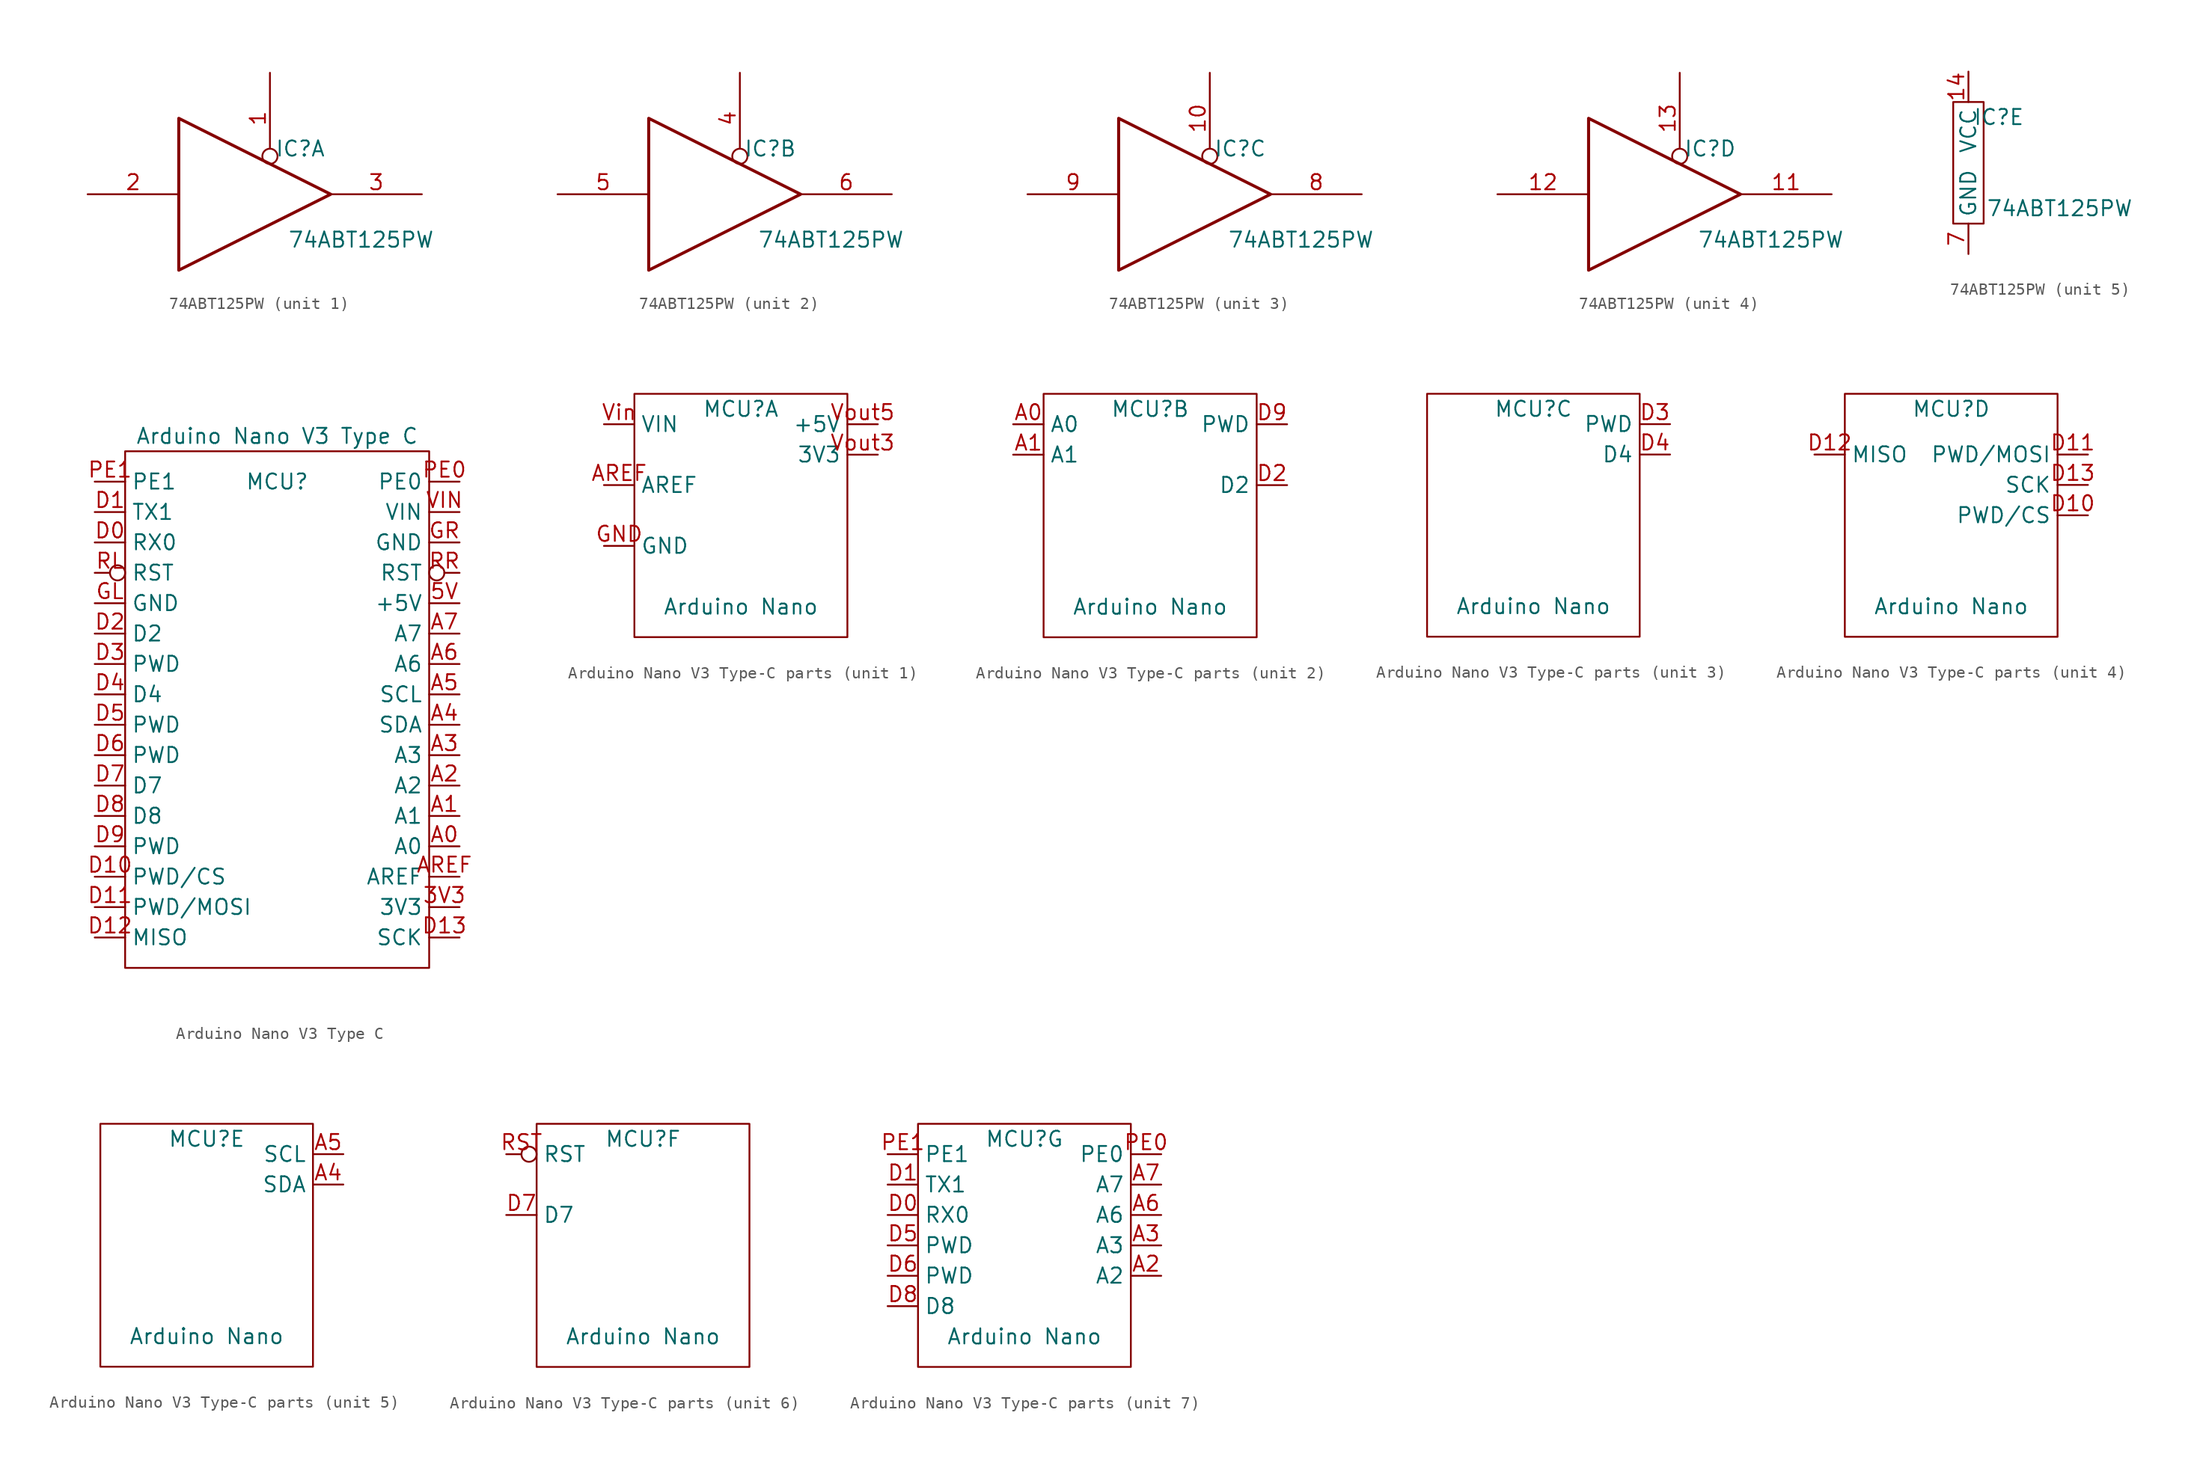
<source format=kicad_sym>
(kicad_symbol_lib
  (version 20241209)
  (generator "kicad_symbol_editor")
  (generator_version "9.0")
  (symbol "74ABT125PW"
    (property "Reference" "IC"
      (at 2.54 3.81 0)
      (do_not_autoplace)
      (effects (font (size 1.27 1.27))))
    (property "Value" "74ABT125PW"
      (at 7.62 -3.81 0)
      (do_not_autoplace)
      (effects (font (size 1.27 1.27))))
    (property "ki_locked" ""
      (at 0 0 0)
      (effects (font (size 1.27 1.27))))
    (symbol "74ABT125PW_1_1"
      (polyline (pts (xy -7.62 6.35) (xy -7.62 -6.35) (xy 5.08 0) (xy -7.62 6.35)) (stroke (width 0.254) (type solid)) (fill (type none)))
      (pin input line (at -15.24 0 0) (length 7.62) (name "" (effects (font (size 1.27 1.27)))) (number "2" (effects (font (size 1.27 1.27)))))
      (pin input inverted (at 0 10.16 270) (length 7.62) (name "" (effects (font (size 1.27 1.27)))) (number "1" (effects (font (size 1.27 1.27)))))
      (pin tri_state line (at 12.7 0 180) (length 7.62) (name "" (effects (font (size 1.27 1.27)))) (number "3" (effects (font (size 1.27 1.27))))))
    (symbol "74ABT125PW_2_1"
      (polyline (pts (xy -7.62 6.35) (xy -7.62 -6.35) (xy 5.08 0) (xy -7.62 6.35)) (stroke (width 0.254) (type solid)) (fill (type none)))
      (pin input line (at -15.24 0 0) (length 7.62) (name "~" (effects (font (size 1.27 1.27)))) (number "5" (effects (font (size 1.27 1.27)))))
      (pin input inverted (at 0 10.16 270) (length 7.62) (name "" (effects (font (size 1.27 1.27)))) (number "4" (effects (font (size 1.27 1.27)))))
      (pin tri_state line (at 12.7 0 180) (length 7.62) (name "" (effects (font (size 1.27 1.27)))) (number "6" (effects (font (size 1.27 1.27))))))
    (symbol "74ABT125PW_3_1"
      (polyline (pts (xy -7.62 6.35) (xy -7.62 -6.35) (xy 5.08 0) (xy -7.62 6.35)) (stroke (width 0.254) (type solid)) (fill (type none)))
      (pin input line (at -15.24 0 0) (length 7.62) (name "" (effects (font (size 1.27 1.27)))) (number "9" (effects (font (size 1.27 1.27)))))
      (pin input inverted (at 0 10.16 270) (length 7.62) (name "" (effects (font (size 1.27 1.27)))) (number "10" (effects (font (size 1.27 1.27)))))
      (pin tri_state line (at 12.7 0 180) (length 7.62) (name "" (effects (font (size 1.27 1.27)))) (number "8" (effects (font (size 1.27 1.27))))))
    (symbol "74ABT125PW_4_1"
      (polyline (pts (xy -7.62 6.35) (xy -7.62 -6.35) (xy 5.08 0) (xy -7.62 6.35)) (stroke (width 0.254) (type solid)) (fill (type none)))
      (pin input line (at -15.24 0 0) (length 7.62) (name "" (effects (font (size 1.27 1.27)))) (number "12" (effects (font (size 1.27 1.27)))))
      (pin input inverted (at 0 10.16 270) (length 7.62) (name "" (effects (font (size 1.27 1.27)))) (number "13" (effects (font (size 1.27 1.27)))))
      (pin tri_state line (at 12.7 0 180) (length 7.62) (name "" (effects (font (size 1.27 1.27)))) (number "11" (effects (font (size 1.27 1.27))))))
    (symbol "74ABT125PW_5_1"
      (rectangle (start -1.27 5.08) (end 1.27 -5.08) (stroke (width 0) (type default)) (fill (type none)))
      (pin power_in line (at 0 7.62 270) (length 2.54) (name "VCC" (effects (font (size 1.27 1.27)))) (number "14" (effects (font (size 1.27 1.27)))))
      (pin passive line (at 0 -7.62 90) (length 2.54) (name "GND" (effects (font (size 1.27 1.27)))) (number "7" (effects (font (size 1.27 1.27)))))))
  (symbol "Arduino Nano V3 Type C"
    (property "Reference" "MCU"
      (at 12.7 -2.54 0)
      (do_not_autoplace)
      (effects (font (size 1.27 1.27))))
    (property "Value" "Arduino Nano V3 Type C"
      (at 12.7 1.27 0)
      (do_not_autoplace)
      (effects (font (size 1.27 1.27))))
    (symbol "Arduino Nano V3 Type C_0_1"
      (rectangle (start 0 0) (end 25.4 -43.18) (stroke (width 0) (type default)) (fill (type none))))
    (symbol "Arduino Nano V3 Type C_1_1"
      (pin passive line (at -2.54 -2.54 0) (length 2.54) (name "PE1" (effects (font (size 1.27 1.27)))) (number "PE1" (effects (font (size 1.27 1.27)))))
      (pin bidirectional line (at -2.54 -5.08 0) (length 2.54) (name "TX1" (effects (font (size 1.27 1.27)))) (number "D1" (effects (font (size 1.27 1.27)))))
      (pin bidirectional line (at -2.54 -7.62 0) (length 2.54) (name "RX0" (effects (font (size 1.27 1.27)))) (number "D0" (effects (font (size 1.27 1.27)))))
      (pin input inverted (at -2.54 -10.16 0) (length 2.54) (name "RST" (effects (font (size 1.27 1.27)))) (number "RL" (effects (font (size 1.27 1.27)))))
      (pin passive line (at -2.54 -12.7 0) (length 2.54) (name "GND" (effects (font (size 1.27 1.27)))) (number "GL" (effects (font (size 1.27 1.27)))))
      (pin bidirectional line (at -2.54 -15.24 0) (length 2.54) (name "D2" (effects (font (size 1.27 1.27)))) (number "D2" (effects (font (size 1.27 1.27)))))
      (pin bidirectional line (at -2.54 -17.78 0) (length 2.54) (name "PWD" (effects (font (size 1.27 1.27)))) (number "D3" (effects (font (size 1.27 1.27)))))
      (pin bidirectional line (at -2.54 -20.32 0) (length 2.54) (name "D4" (effects (font (size 1.27 1.27)))) (number "D4" (effects (font (size 1.27 1.27)))))
      (pin bidirectional line (at -2.54 -22.86 0) (length 2.54) (name "PWD" (effects (font (size 1.27 1.27)))) (number "D5" (effects (font (size 1.27 1.27)))))
      (pin bidirectional line (at -2.54 -25.4 0) (length 2.54) (name "PWD" (effects (font (size 1.27 1.27)))) (number "D6" (effects (font (size 1.27 1.27)))))
      (pin bidirectional line (at -2.54 -27.94 0) (length 2.54) (name "D7" (effects (font (size 1.27 1.27)))) (number "D7" (effects (font (size 1.27 1.27)))))
      (pin bidirectional line (at -2.54 -30.48 0) (length 2.54) (name "D8" (effects (font (size 1.27 1.27)))) (number "D8" (effects (font (size 1.27 1.27)))))
      (pin bidirectional line (at -2.54 -33.02 0) (length 2.54) (name "PWD" (effects (font (size 1.27 1.27)))) (number "D9" (effects (font (size 1.27 1.27)))))
      (pin bidirectional line (at -2.54 -35.56 0) (length 2.54) (name "PWD/CS" (effects (font (size 1.27 1.27)))) (number "D10" (effects (font (size 1.27 1.27)))))
      (pin bidirectional line (at -2.54 -38.1 0) (length 2.54) (name "PWD/MOSI" (effects (font (size 1.27 1.27)))) (number "D11" (effects (font (size 1.27 1.27)))))
      (pin bidirectional line (at -2.54 -40.64 0) (length 2.54) (name "MISO" (effects (font (size 1.27 1.27)))) (number "D12" (effects (font (size 1.27 1.27)))))
      (pin passive line (at 27.94 -2.54 180) (length 2.54) (name "PE0" (effects (font (size 1.27 1.27)))) (number "PE0" (effects (font (size 1.27 1.27)))))
      (pin power_in line (at 27.94 -5.08 180) (length 2.54) (name "VIN" (effects (font (size 1.27 1.27)))) (number "VIN" (effects (font (size 1.27 1.27)))))
      (pin passive line (at 27.94 -7.62 180) (length 2.54) (name "GND" (effects (font (size 1.27 1.27)))) (number "GR" (effects (font (size 1.27 1.27)))))
      (pin input inverted (at 27.94 -10.16 180) (length 2.54) (name "RST" (effects (font (size 1.27 1.27)))) (number "RR" (effects (font (size 1.27 1.27)))))
      (pin power_out line (at 27.94 -12.7 180) (length 2.54) (name "+5V" (effects (font (size 1.27 1.27)))) (number "5V" (effects (font (size 1.27 1.27)))))
      (pin input line (at 27.94 -15.24 180) (length 2.54) (name "A7" (effects (font (size 1.27 1.27)))) (number "A7" (effects (font (size 1.27 1.27)))))
      (pin input line (at 27.94 -17.78 180) (length 2.54) (name "A6" (effects (font (size 1.27 1.27)))) (number "A6" (effects (font (size 1.27 1.27)))))
      (pin bidirectional line (at 27.94 -20.32 180) (length 2.54) (name "SCL" (effects (font (size 1.27 1.27)))) (number "A5" (effects (font (size 1.27 1.27)))))
      (pin bidirectional line (at 27.94 -22.86 180) (length 2.54) (name "SDA" (effects (font (size 1.27 1.27)))) (number "A4" (effects (font (size 1.27 1.27)))))
      (pin input line (at 27.94 -25.4 180) (length 2.54) (name "A3" (effects (font (size 1.27 1.27)))) (number "A3" (effects (font (size 1.27 1.27)))))
      (pin input line (at 27.94 -27.94 180) (length 2.54) (name "A2" (effects (font (size 1.27 1.27)))) (number "A2" (effects (font (size 1.27 1.27)))))
      (pin input line (at 27.94 -30.48 180) (length 2.54) (name "A1" (effects (font (size 1.27 1.27)))) (number "A1" (effects (font (size 1.27 1.27)))))
      (pin input line (at 27.94 -33.02 180) (length 2.54) (name "A0" (effects (font (size 1.27 1.27)))) (number "A0" (effects (font (size 1.27 1.27)))))
      (pin power_in line (at 27.94 -35.56 180) (length 2.54) (name "AREF" (effects (font (size 1.27 1.27)))) (number "AREF" (effects (font (size 1.27 1.27)))))
      (pin power_out line (at 27.94 -38.1 180) (length 2.54) (name "3V3" (effects (font (size 1.27 1.27)))) (number "3V3" (effects (font (size 1.27 1.27)))))
      (pin bidirectional line (at 27.94 -40.64 180) (length 2.54) (name "SCK" (effects (font (size 1.27 1.27)))) (number "D13" (effects (font (size 1.27 1.27)))))))
  (symbol "Arduino Nano V3 Type-C parts"
    (property "Reference" "MCU"
      (at 8.89 -1.27 0)
      (do_not_autoplace)
      (effects (font (size 1.27 1.27))))
    (property "Value" "Arduino Nano"
      (at 8.89 -17.78 0)
      (do_not_autoplace)
      (effects (font (size 1.27 1.27))))
    (property "ki_locked" ""
      (at 0 0 0)
      (effects (font (size 1.27 1.27))))
    (symbol "Arduino Nano V3 Type-C parts_0_1"
      (rectangle (start 0 0) (end 17.78 -20.32) (stroke (width 0) (type default)) (fill (type none))))
    (symbol "Arduino Nano V3 Type-C parts_1_1"
      (pin power_in line (at -2.54 -2.54 0) (length 2.54) (name "VIN" (effects (font (size 1.27 1.27)))) (number "Vin" (effects (font (size 1.27 1.27)))))
      (pin power_in line (at -2.54 -7.62 0) (length 2.54) (name "AREF" (effects (font (size 1.27 1.27)))) (number "AREF" (effects (font (size 1.27 1.27)))))
      (pin passive line (at -2.54 -12.7 0) (length 2.54) (name "GND" (effects (font (size 1.27 1.27)))) (number "GND" (effects (font (size 1.27 1.27)))))
      (pin power_out line (at 20.32 -2.54 180) (length 2.54) (name "+5V" (effects (font (size 1.27 1.27)))) (number "Vout5" (effects (font (size 1.27 1.27)))))
      (pin power_out line (at 20.32 -5.08 180) (length 2.54) (name "3V3" (effects (font (size 1.27 1.27)))) (number "Vout3" (effects (font (size 1.27 1.27))))))
    (symbol "Arduino Nano V3 Type-C parts_2_1"
      (pin input line (at -2.54 -2.54 0) (length 2.54) (name "A0" (effects (font (size 1.27 1.27)))) (number "A0" (effects (font (size 1.27 1.27)))))
      (pin input line (at -2.54 -5.08 0) (length 2.54) (name "A1" (effects (font (size 1.27 1.27)))) (number "A1" (effects (font (size 1.27 1.27)))))
      (pin output line (at 20.32 -2.54 180) (length 2.54) (name "PWD" (effects (font (size 1.27 1.27)))) (number "D9" (effects (font (size 1.27 1.27)))))
      (pin output line (at 20.32 -7.62 180) (length 2.54) (name "D2" (effects (font (size 1.27 1.27)))) (number "D2" (effects (font (size 1.27 1.27))))))
    (symbol "Arduino Nano V3 Type-C parts_3_1"
      (pin output line (at 20.32 -2.54 180) (length 2.54) (name "PWD" (effects (font (size 1.27 1.27)))) (number "D3" (effects (font (size 1.27 1.27)))))
      (pin output line (at 20.32 -5.08 180) (length 2.54) (name "D4" (effects (font (size 1.27 1.27)))) (number "D4" (effects (font (size 1.27 1.27))))))
    (symbol "Arduino Nano V3 Type-C parts_4_1"
      (pin input line (at -2.54 -5.08 0) (length 2.54) (name "MISO" (effects (font (size 1.27 1.27)))) (number "D12" (effects (font (size 1.27 1.27)))))
      (pin output line (at 20.32 -5.08 180) (length 2.54) (name "PWD/MOSI" (effects (font (size 1.27 1.27)))) (number "D11" (effects (font (size 1.27 1.27)))))
      (pin output line (at 20.32 -7.62 180) (length 2.54) (name "SCK" (effects (font (size 1.27 1.27)))) (number "D13" (effects (font (size 1.27 1.27)))))
      (pin output line (at 20.32 -10.16 180) (length 2.54) (name "PWD/CS" (effects (font (size 1.27 1.27)))) (number "D10" (effects (font (size 1.27 1.27))))))
    (symbol "Arduino Nano V3 Type-C parts_5_1"
      (pin output line (at 20.32 -2.54 180) (length 2.54) (name "SCL" (effects (font (size 1.27 1.27)))) (number "A5" (effects (font (size 1.27 1.27)))))
      (pin bidirectional line (at 20.32 -5.08 180) (length 2.54) (name "SDA" (effects (font (size 1.27 1.27)))) (number "A4" (effects (font (size 1.27 1.27))))))
    (symbol "Arduino Nano V3 Type-C parts_6_1"
      (pin input inverted (at -2.54 -2.54 0) (length 2.54) (name "RST" (effects (font (size 1.27 1.27)))) (number "RST" (effects (font (size 1.27 1.27)))))
      (pin bidirectional line (at -2.54 -7.62 0) (length 2.54) (name "D7" (effects (font (size 1.27 1.27)))) (number "D7" (effects (font (size 1.27 1.27))))))
    (symbol "Arduino Nano V3 Type-C parts_7_1"
      (pin passive line (at -2.54 -2.54 0) (length 2.54) (name "PE1" (effects (font (size 1.27 1.27)))) (number "PE1" (effects (font (size 1.27 1.27)))))
      (pin bidirectional line (at -2.54 -5.08 0) (length 2.54) (name "TX1" (effects (font (size 1.27 1.27)))) (number "D1" (effects (font (size 1.27 1.27)))))
      (pin bidirectional line (at -2.54 -7.62 0) (length 2.54) (name "RX0" (effects (font (size 1.27 1.27)))) (number "D0" (effects (font (size 1.27 1.27)))))
      (pin bidirectional line (at -2.54 -10.16 0) (length 2.54) (name "PWD" (effects (font (size 1.27 1.27)))) (number "D5" (effects (font (size 1.27 1.27)))))
      (pin bidirectional line (at -2.54 -12.7 0) (length 2.54) (name "PWD" (effects (font (size 1.27 1.27)))) (number "D6" (effects (font (size 1.27 1.27)))))
      (pin bidirectional line (at -2.54 -15.24 0) (length 2.54) (name "D8" (effects (font (size 1.27 1.27)))) (number "D8" (effects (font (size 1.27 1.27)))))
      (pin passive line (at 20.32 -2.54 180) (length 2.54) (name "PE0" (effects (font (size 1.27 1.27)))) (number "PE0" (effects (font (size 1.27 1.27)))))
      (pin input line (at 20.32 -5.08 180) (length 2.54) (name "A7" (effects (font (size 1.27 1.27)))) (number "A7" (effects (font (size 1.27 1.27)))))
      (pin input line (at 20.32 -7.62 180) (length 2.54) (name "A6" (effects (font (size 1.27 1.27)))) (number "A6" (effects (font (size 1.27 1.27)))))
      (pin input line (at 20.32 -10.16 180) (length 2.54) (name "A3" (effects (font (size 1.27 1.27)))) (number "A3" (effects (font (size 1.27 1.27)))))
      (pin input line (at 20.32 -12.7 180) (length 2.54) (name "A2" (effects (font (size 1.27 1.27)))) (number "A2" (effects (font (size 1.27 1.27))))))))
</source>
